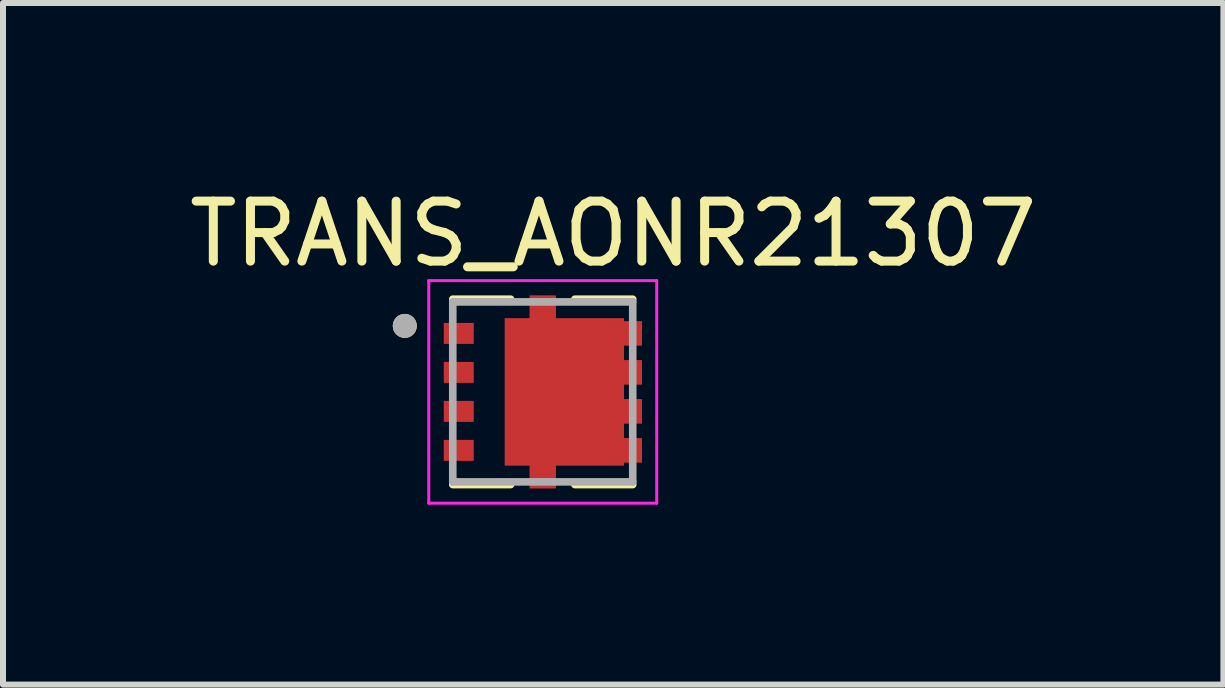
<source format=kicad_pcb>
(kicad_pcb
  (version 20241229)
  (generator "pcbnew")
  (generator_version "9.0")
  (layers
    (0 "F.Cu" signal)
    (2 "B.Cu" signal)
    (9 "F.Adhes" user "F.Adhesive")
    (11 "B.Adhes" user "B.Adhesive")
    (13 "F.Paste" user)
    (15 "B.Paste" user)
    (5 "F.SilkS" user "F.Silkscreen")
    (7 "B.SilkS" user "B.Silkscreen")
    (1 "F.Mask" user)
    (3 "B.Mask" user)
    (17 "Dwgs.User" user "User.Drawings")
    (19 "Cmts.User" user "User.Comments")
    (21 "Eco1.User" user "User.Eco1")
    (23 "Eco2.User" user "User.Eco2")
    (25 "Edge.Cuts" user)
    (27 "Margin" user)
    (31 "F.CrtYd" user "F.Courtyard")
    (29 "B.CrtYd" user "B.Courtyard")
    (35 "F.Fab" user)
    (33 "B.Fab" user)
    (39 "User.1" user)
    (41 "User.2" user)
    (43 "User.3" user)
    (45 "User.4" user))
  (footprint "TRANS_AONR21307"
    (layer "F.Cu")
    (at 5.998 3.483)
    (property "Reference" "TRANS_AONR21307" (at 1.175 -2.635 0) (layer "F.SilkS") (effects (font (size 1 1) (thickness 0.15))))
    (attr smd)
    (fp_poly (pts (xy -0.73 1.325) (xy -0.73 -1.325) (xy -0.315 -1.325) (xy -0.315 -1.705) (xy 0.315 -1.705) (xy 0.315 -1.325) (xy 1.45 -1.325) (xy 1.45 -1.275) (xy 1.75 -1.275) (xy 1.75 1.275) (xy 1.45 1.275) (xy 1.45 1.325) (xy 0.315 1.325) (xy 0.315 1.705) (xy -0.315 1.705) (xy -0.315 1.325)) (stroke (width 0.01) (type solid)) (fill yes) (layer "F.Mask"))
    (fp_line (start -0.535 -1.545) (end -1.5 -1.545) (stroke (width 0.127) (type solid)) (layer "F.SilkS"))
    (fp_line (start -0.535 1.545) (end -1.5 1.545) (stroke (width 0.127) (type solid)) (layer "F.SilkS"))
    (fp_line (start 0.535 -1.545) (end 1.5 -1.545) (stroke (width 0.127) (type solid)) (layer "F.SilkS"))
    (fp_line (start 0.535 1.545) (end 1.5 1.545) (stroke (width 0.127) (type solid)) (layer "F.SilkS"))
    (fp_circle (center -2.3 -1.1) (end -2.2 -1.1) (stroke (width 0.2) (type solid)) (fill no) (layer "F.SilkS"))
    (fp_poly (pts (xy -0.265 -0.775) (xy 0.985 -0.775) (xy 0.985 0.775) (xy -0.265 0.775)) (stroke (width 0.01) (type solid)) (fill yes) (layer "F.Paste"))
    (fp_poly (pts (xy -0.215 -1.605) (xy 0.215 -1.605) (xy 0.215 -1.225) (xy -0.215 -1.225)) (stroke (width 0.01) (type solid)) (fill yes) (layer "F.Paste"))
    (fp_poly (pts (xy -0.215 1.225) (xy 0.215 1.225) (xy 0.215 1.605) (xy -0.215 1.605)) (stroke (width 0.01) (type solid)) (fill yes) (layer "F.Paste"))
    (fp_poly (pts (xy 1.355 -1.175) (xy 1.65 -1.175) (xy 1.65 -0.775) (xy 1.355 -0.775)) (stroke (width 0.01) (type solid)) (fill yes) (layer "F.Paste"))
    (fp_poly (pts (xy 1.355 -0.525) (xy 1.65 -0.525) (xy 1.65 -0.125) (xy 1.355 -0.125)) (stroke (width 0.01) (type solid)) (fill yes) (layer "F.Paste"))
    (fp_poly (pts (xy 1.355 0.125) (xy 1.65 0.125) (xy 1.65 0.525) (xy 1.355 0.525)) (stroke (width 0.01) (type solid)) (fill yes) (layer "F.Paste"))
    (fp_poly (pts (xy 1.355 0.775) (xy 1.65 0.775) (xy 1.65 1.175) (xy 1.355 1.175)) (stroke (width 0.01) (type solid)) (fill yes) (layer "F.Paste"))
    (fp_line (start -1.9 -1.855) (end 1.9 -1.855) (stroke (width 0.05) (type solid)) (layer "F.CrtYd"))
    (fp_line (start -1.9 1.855) (end -1.9 -1.855) (stroke (width 0.05) (type solid)) (layer "F.CrtYd"))
    (fp_line (start 1.9 -1.855) (end 1.9 1.855) (stroke (width 0.05) (type solid)) (layer "F.CrtYd"))
    (fp_line (start 1.9 1.855) (end -1.9 1.855) (stroke (width 0.05) (type solid)) (layer "F.CrtYd"))
    (fp_line (start -1.5 -1.5) (end -1.5 1.5) (stroke (width 0.127) (type solid)) (layer "F.Fab"))
    (fp_line (start -1.5 1.5) (end 1.5 1.5) (stroke (width 0.127) (type solid)) (layer "F.Fab"))
    (fp_line (start 1.5 -1.5) (end -1.5 -1.5) (stroke (width 0.127) (type solid)) (layer "F.Fab"))
    (fp_line (start 1.5 1.5) (end 1.5 -1.5) (stroke (width 0.127) (type solid)) (layer "F.Fab"))
    (fp_circle (center -2.3 -1.1) (end -2.2 -1.1) (stroke (width 0.2) (type solid)) (fill no) (layer "F.Fab"))
    (pad "1" smd rect (at -1.4 -0.975) (size 0.5 0.35) (layers "F.Cu" "F.Mask" "F.Paste"))
    (pad "2" smd rect (at -1.4 -0.325) (size 0.5 0.35) (layers "F.Cu" "F.Mask" "F.Paste"))
    (pad "3" smd rect (at -1.4 0.325) (size 0.5 0.35) (layers "F.Cu" "F.Mask" "F.Paste"))
    (pad "4" smd rect (at -1.4 0.975) (size 0.5 0.35) (layers "F.Cu" "F.Mask" "F.Paste"))
    (pad "5_6_7_8" smd custom (at 0 0) (size 1 2) (layers "F.Cu") (options (anchor rect)) (primitives (gr_poly (pts (xy -0.63 1.225) (xy -0.63 -1.225) (xy -0.215 -1.225) (xy -0.215 -1.605) (xy 0.215 -1.605) (xy 0.215 -1.225) (xy 1.35 -1.225) (xy 1.35 -1.175) (xy 1.65 -1.175) (xy 1.65 -0.775) (xy 1.35 -0.775) (xy 1.35 -0.525) (xy 1.65 -0.525) (xy 1.65 -0.125) (xy 1.35 -0.125) (xy 1.35 0.125) (xy 1.65 0.125) (xy 1.65 0.525) (xy 1.35 0.525) (xy 1.35 0.775) (xy 1.65 0.775) (xy 1.65 1.175) (xy 1.35 1.175) (xy 1.35 1.225) (xy 0.215 1.225) (xy 0.215 1.605) (xy -0.215 1.605) (xy -0.215 1.225)) (width 0.01) (fill yes)))))
  (gr_rect
    (start -3 -3)
    (end 17.345 8.363)
    (stroke (width 0.1) (type default))
    (fill no)
    (layer "Edge.Cuts")))
</source>
